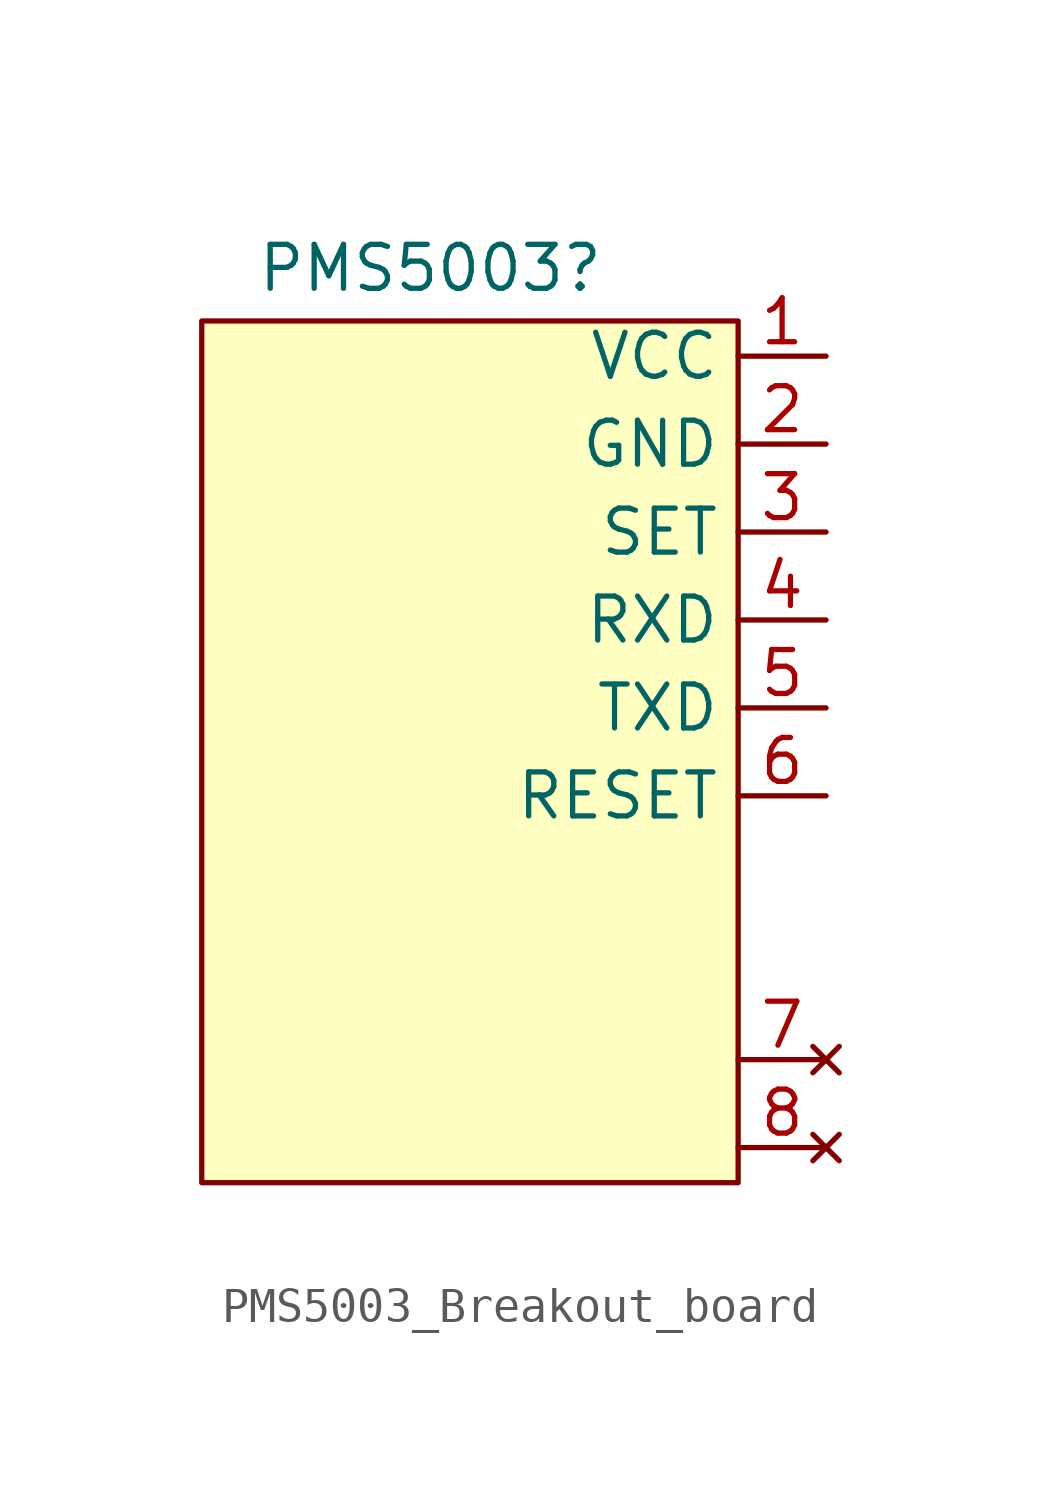
<source format=kicad_sym>
(kicad_symbol_lib
  (version 20220914)
  (generator kicad_symbol_editor)
  (symbol "PMS5003_Breakout_board"
    (property "Reference" "PMS5003"
      (at -20.32 17.78 0)
      (effects (font (size 1.27 1.27))))
    (property "Value" ""
      (at -13.716 9.779 0)
      (effects (font (size 1.27 1.27))))
    (symbol "PMS5003_Breakout_board_1_1"
      (rectangle (start -26.924 16.256) (end -11.43 -8.636) (stroke (width 0) (type default)) (fill (type background)))
      (pin power_in line (at -8.89 15.24 180) (length 2.54) (name "VCC" (effects (font (size 1.27 1.27)))) (number "1" (effects (font (size 1.27 1.27)))))
      (pin power_in line (at -8.89 12.7 180) (length 2.54) (name "GND" (effects (font (size 1.27 1.27)))) (number "2" (effects (font (size 1.27 1.27)))))
      (pin input line (at -8.89 10.16 180) (length 2.54) (name "SET" (effects (font (size 1.27 1.27)))) (number "3" (effects (font (size 1.27 1.27)))))
      (pin input line (at -8.89 7.62 180) (length 2.54) (name "RXD" (effects (font (size 1.27 1.27)))) (number "4" (effects (font (size 1.27 1.27)))))
      (pin output line (at -8.89 5.08 180) (length 2.54) (name "TXD" (effects (font (size 1.27 1.27)))) (number "5" (effects (font (size 1.27 1.27)))))
      (pin input line (at -8.89 2.54 180) (length 2.54) (name "RESET" (effects (font (size 1.27 1.27)))) (number "6" (effects (font (size 1.27 1.27)))))
      (pin no_connect line (at -8.89 -5.08 180) (length 2.54) (name "" (effects (font (size 1.27 1.27)))) (number "7" (effects (font (size 1.27 1.27)))))
      (pin no_connect line (at -8.89 -7.62 180) (length 2.54) (name "" (effects (font (size 1.27 1.27)))) (number "8" (effects (font (size 1.27 1.27))))))))
</source>
